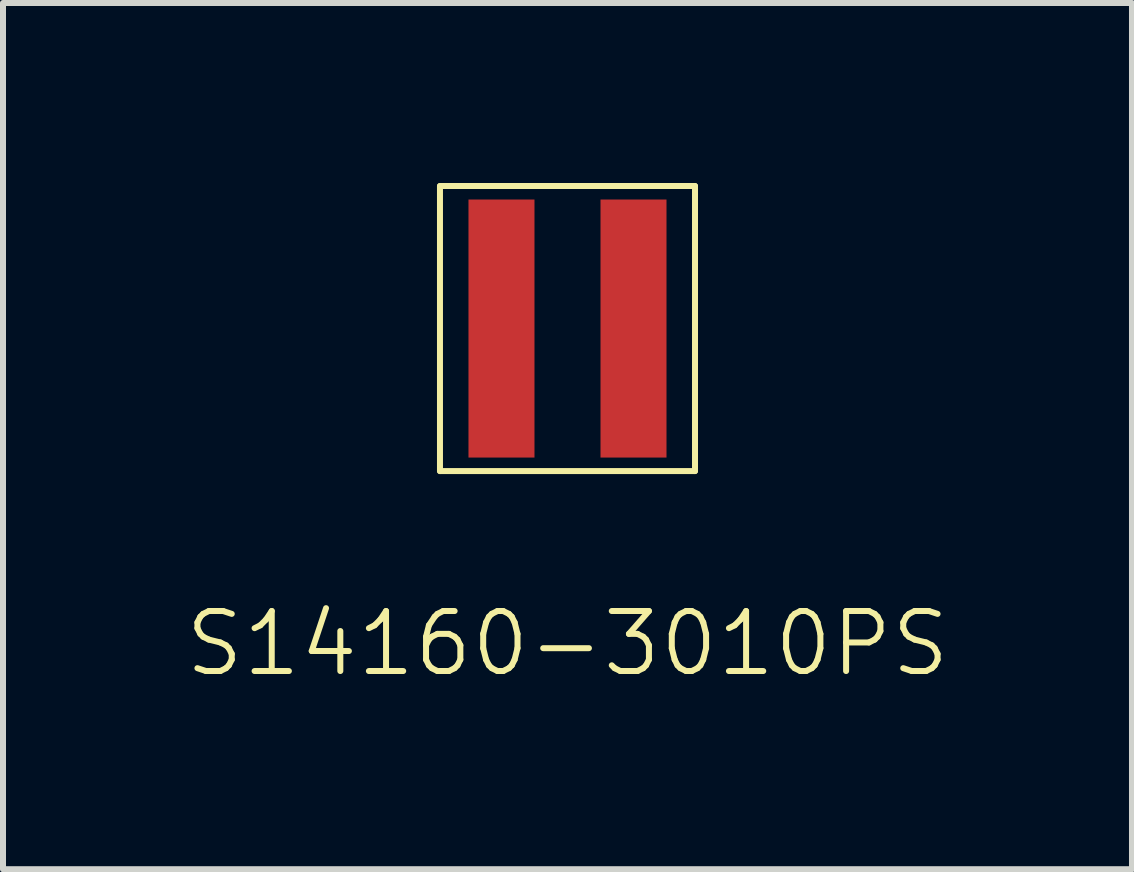
<source format=kicad_pcb>
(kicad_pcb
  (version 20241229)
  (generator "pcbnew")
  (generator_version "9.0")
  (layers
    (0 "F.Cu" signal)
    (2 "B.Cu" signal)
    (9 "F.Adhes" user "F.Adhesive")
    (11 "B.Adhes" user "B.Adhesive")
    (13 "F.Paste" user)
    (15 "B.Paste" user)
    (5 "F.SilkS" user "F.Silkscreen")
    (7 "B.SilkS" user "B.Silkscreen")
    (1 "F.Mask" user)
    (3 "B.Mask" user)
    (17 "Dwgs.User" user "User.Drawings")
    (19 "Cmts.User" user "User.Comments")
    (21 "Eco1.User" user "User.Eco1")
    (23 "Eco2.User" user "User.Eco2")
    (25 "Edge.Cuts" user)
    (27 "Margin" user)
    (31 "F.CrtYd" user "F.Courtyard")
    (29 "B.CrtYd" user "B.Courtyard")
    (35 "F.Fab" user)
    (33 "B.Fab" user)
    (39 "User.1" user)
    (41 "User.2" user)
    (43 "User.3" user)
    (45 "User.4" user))
  (footprint "S14160-3010PS"
    (layer "F.Cu")
    (at 6.407 2.425)
    (property "Reference" "S14160-3010PS" (at 0 5.25 0) (unlocked yes) (layer "F.SilkS") (effects (font (size 1 1) (thickness 0.1))))
    (attr smd)
    (fp_line (start -2.125 2.375) (end -2.125 -2.375) (stroke (width 0.1) (type default)) (layer "F.SilkS"))
    (fp_line (start 2.125 -2.375) (end -2.125 -2.375) (stroke (width 0.1) (type default)) (layer "F.SilkS"))
    (fp_line (start 2.125 2.375) (end -2.125 2.375) (stroke (width 0.1) (type default)) (layer "F.SilkS"))
    (fp_line (start 2.125 2.375) (end 2.125 -2.375) (stroke (width 0.1) (type default)) (layer "F.SilkS"))
    (pad "1" smd rect (at -1.1 0) (size 1.1 4.3) (layers "F.Cu" "F.Mask" "F.Paste"))
    (pad "2" smd rect (at 1.1 0) (size 1.1 4.3) (layers "F.Cu" "F.Mask" "F.Paste")))
  (gr_rect
    (start -3 -3)
    (end 15.814 11.435)
    (stroke (width 0.1) (type default))
    (fill no)
    (layer "Edge.Cuts")))
</source>
